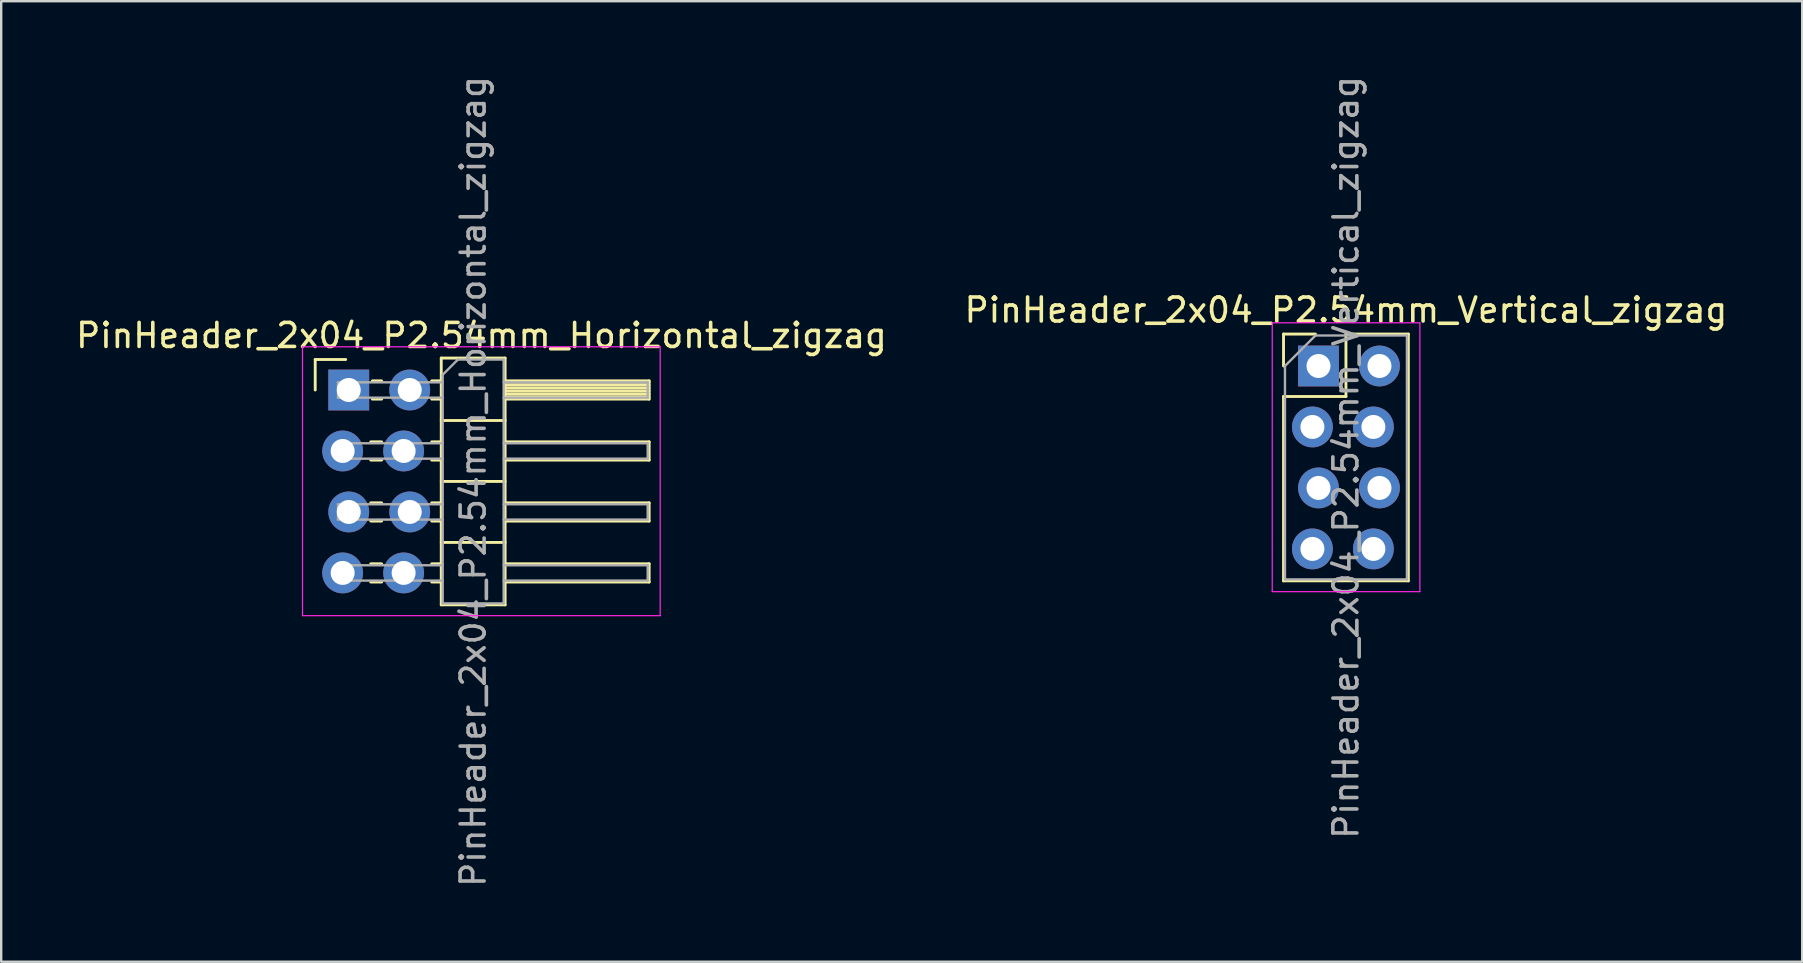
<source format=kicad_pcb>
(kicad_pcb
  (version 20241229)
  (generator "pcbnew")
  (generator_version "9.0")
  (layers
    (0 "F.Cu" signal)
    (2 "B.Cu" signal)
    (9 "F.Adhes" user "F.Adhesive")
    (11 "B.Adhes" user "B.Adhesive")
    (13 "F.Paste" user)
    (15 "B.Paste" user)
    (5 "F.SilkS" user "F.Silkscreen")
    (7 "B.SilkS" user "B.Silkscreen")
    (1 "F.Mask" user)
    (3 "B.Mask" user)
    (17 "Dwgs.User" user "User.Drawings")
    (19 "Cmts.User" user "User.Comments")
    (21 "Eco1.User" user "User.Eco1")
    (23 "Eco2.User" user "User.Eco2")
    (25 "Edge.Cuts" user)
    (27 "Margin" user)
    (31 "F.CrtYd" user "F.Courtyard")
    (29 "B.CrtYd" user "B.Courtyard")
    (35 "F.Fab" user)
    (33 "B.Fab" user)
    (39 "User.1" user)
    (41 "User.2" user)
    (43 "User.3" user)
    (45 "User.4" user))
  (footprint "PinHeader_2x04_P2.54mm_Vertical_zigzag"
    (layer "F.Cu")
    (at 51.748 12.196)
    (property "Reference" "PinHeader_2x04_P2.54mm_Vertical_zigzag" (at 1.27 -2.33 0) (layer "F.SilkS") (effects (font (size 1 1) (thickness 0.15))))
    (attr through_hole)
    (fp_line (start -1.33 -1.33) (end 0 -1.33) (stroke (width 0.12) (type solid)) (layer "F.SilkS"))
    (fp_line (start -1.33 0) (end -1.33 -1.33) (stroke (width 0.12) (type solid)) (layer "F.SilkS"))
    (fp_line (start -1.33 1.27) (end -1.33 8.95) (stroke (width 0.12) (type solid)) (layer "F.SilkS"))
    (fp_line (start -1.33 1.27) (end 1.27 1.27) (stroke (width 0.12) (type solid)) (layer "F.SilkS"))
    (fp_line (start -1.33 8.95) (end 3.87 8.95) (stroke (width 0.12) (type solid)) (layer "F.SilkS"))
    (fp_line (start 1.27 -1.33) (end 3.87 -1.33) (stroke (width 0.12) (type solid)) (layer "F.SilkS"))
    (fp_line (start 1.27 1.27) (end 1.27 -1.33) (stroke (width 0.12) (type solid)) (layer "F.SilkS"))
    (fp_line (start 3.87 -1.33) (end 3.87 8.95) (stroke (width 0.12) (type solid)) (layer "F.SilkS"))
    (fp_line (start -1.8 -1.8) (end -1.8 9.4) (stroke (width 0.05) (type solid)) (layer "F.CrtYd"))
    (fp_line (start -1.8 9.4) (end 4.35 9.4) (stroke (width 0.05) (type solid)) (layer "F.CrtYd"))
    (fp_line (start 4.35 -1.8) (end -1.8 -1.8) (stroke (width 0.05) (type solid)) (layer "F.CrtYd"))
    (fp_line (start 4.35 9.4) (end 4.35 -1.8) (stroke (width 0.05) (type solid)) (layer "F.CrtYd"))
    (fp_line (start -1.27 0) (end 0 -1.27) (stroke (width 0.1) (type solid)) (layer "F.Fab"))
    (fp_line (start -1.27 8.89) (end -1.27 0) (stroke (width 0.1) (type solid)) (layer "F.Fab"))
    (fp_line (start 0 -1.27) (end 3.81 -1.27) (stroke (width 0.1) (type solid)) (layer "F.Fab"))
    (fp_line (start 3.81 -1.27) (end 3.81 8.89) (stroke (width 0.1) (type solid)) (layer "F.Fab"))
    (fp_line (start 3.81 8.89) (end -1.27 8.89) (stroke (width 0.1) (type solid)) (layer "F.Fab"))
    (fp_text user "${REFERENCE}" (at 1.27 3.81 90) (layer "F.Fab") (effects (font (size 1 1) (thickness 0.15))))
    (pad "1" thru_hole rect (at 0.127 0) (size 1.7 1.7) (drill 1) (layers "*.Cu" "*.Mask"))
    (pad "2" thru_hole oval (at 2.667 0) (size 1.7 1.7) (drill 1) (layers "*.Cu" "*.Mask"))
    (pad "3" thru_hole oval (at -0.127 2.54) (size 1.7 1.7) (drill 1) (layers "*.Cu" "*.Mask"))
    (pad "4" thru_hole oval (at 2.413 2.54) (size 1.7 1.7) (drill 1) (layers "*.Cu" "*.Mask"))
    (pad "5" thru_hole oval (at 0.127 5.08) (size 1.7 1.7) (drill 1) (layers "*.Cu" "*.Mask"))
    (pad "6" thru_hole oval (at 2.667 5.08) (size 1.7 1.7) (drill 1) (layers "*.Cu" "*.Mask"))
    (pad "7" thru_hole oval (at -0.127 7.62) (size 1.7 1.7) (drill 1) (layers "*.Cu" "*.Mask"))
    (pad "8" thru_hole oval (at 2.413 7.62) (size 1.7 1.7) (drill 1) (layers "*.Cu" "*.Mask")))
  (footprint "PinHeader_2x04_P2.54mm_Horizontal_zigzag"
    (layer "F.Cu")
    (at 11.351 13.196)
    (property "Reference" "PinHeader_2x04_P2.54mm_Horizontal_zigzag" (at 5.655 -2.27 0) (layer "F.SilkS") (effects (font (size 1 1) (thickness 0.15))))
    (attr through_hole)
    (fp_line (start -1.27 -1.27) (end 0 -1.27) (stroke (width 0.12) (type solid)) (layer "F.SilkS"))
    (fp_line (start -1.27 0) (end -1.27 -1.27) (stroke (width 0.12) (type solid)) (layer "F.SilkS"))
    (fp_line (start 1.043 2.16) (end 1.497 2.16) (stroke (width 0.12) (type solid)) (layer "F.SilkS"))
    (fp_line (start 1.043 2.92) (end 1.497 2.92) (stroke (width 0.12) (type solid)) (layer "F.SilkS"))
    (fp_line (start 1.043 4.7) (end 1.497 4.7) (stroke (width 0.12) (type solid)) (layer "F.SilkS"))
    (fp_line (start 1.043 5.46) (end 1.497 5.46) (stroke (width 0.12) (type solid)) (layer "F.SilkS"))
    (fp_line (start 1.043 7.24) (end 1.497 7.24) (stroke (width 0.12) (type solid)) (layer "F.SilkS"))
    (fp_line (start 1.043 8) (end 1.497 8) (stroke (width 0.12) (type solid)) (layer "F.SilkS"))
    (fp_line (start 1.11 -0.38) (end 1.497 -0.38) (stroke (width 0.12) (type solid)) (layer "F.SilkS"))
    (fp_line (start 1.11 0.38) (end 1.497 0.38) (stroke (width 0.12) (type solid)) (layer "F.SilkS"))
    (fp_line (start 3.583 -0.38) (end 3.98 -0.38) (stroke (width 0.12) (type solid)) (layer "F.SilkS"))
    (fp_line (start 3.583 0.38) (end 3.98 0.38) (stroke (width 0.12) (type solid)) (layer "F.SilkS"))
    (fp_line (start 3.583 2.16) (end 3.98 2.16) (stroke (width 0.12) (type solid)) (layer "F.SilkS"))
    (fp_line (start 3.583 2.92) (end 3.98 2.92) (stroke (width 0.12) (type solid)) (layer "F.SilkS"))
    (fp_line (start 3.583 4.7) (end 3.98 4.7) (stroke (width 0.12) (type solid)) (layer "F.SilkS"))
    (fp_line (start 3.583 5.46) (end 3.98 5.46) (stroke (width 0.12) (type solid)) (layer "F.SilkS"))
    (fp_line (start 3.583 7.24) (end 3.98 7.24) (stroke (width 0.12) (type solid)) (layer "F.SilkS"))
    (fp_line (start 3.583 8) (end 3.98 8) (stroke (width 0.12) (type solid)) (layer "F.SilkS"))
    (fp_line (start 3.98 -1.33) (end 3.98 8.95) (stroke (width 0.12) (type solid)) (layer "F.SilkS"))
    (fp_line (start 3.98 1.27) (end 6.64 1.27) (stroke (width 0.12) (type solid)) (layer "F.SilkS"))
    (fp_line (start 3.98 3.81) (end 6.64 3.81) (stroke (width 0.12) (type solid)) (layer "F.SilkS"))
    (fp_line (start 3.98 6.35) (end 6.64 6.35) (stroke (width 0.12) (type solid)) (layer "F.SilkS"))
    (fp_line (start 3.98 8.95) (end 6.64 8.95) (stroke (width 0.12) (type solid)) (layer "F.SilkS"))
    (fp_line (start 6.64 -1.33) (end 3.98 -1.33) (stroke (width 0.12) (type solid)) (layer "F.SilkS"))
    (fp_line (start 6.64 -0.38) (end 12.64 -0.38) (stroke (width 0.12) (type solid)) (layer "F.SilkS"))
    (fp_line (start 6.64 -0.32) (end 12.64 -0.32) (stroke (width 0.12) (type solid)) (layer "F.SilkS"))
    (fp_line (start 6.64 -0.2) (end 12.64 -0.2) (stroke (width 0.12) (type solid)) (layer "F.SilkS"))
    (fp_line (start 6.64 -0.08) (end 12.64 -0.08) (stroke (width 0.12) (type solid)) (layer "F.SilkS"))
    (fp_line (start 6.64 0.04) (end 12.64 0.04) (stroke (width 0.12) (type solid)) (layer "F.SilkS"))
    (fp_line (start 6.64 0.16) (end 12.64 0.16) (stroke (width 0.12) (type solid)) (layer "F.SilkS"))
    (fp_line (start 6.64 0.28) (end 12.64 0.28) (stroke (width 0.12) (type solid)) (layer "F.SilkS"))
    (fp_line (start 6.64 2.16) (end 12.64 2.16) (stroke (width 0.12) (type solid)) (layer "F.SilkS"))
    (fp_line (start 6.64 4.7) (end 12.64 4.7) (stroke (width 0.12) (type solid)) (layer "F.SilkS"))
    (fp_line (start 6.64 7.24) (end 12.64 7.24) (stroke (width 0.12) (type solid)) (layer "F.SilkS"))
    (fp_line (start 6.64 8.95) (end 6.64 -1.33) (stroke (width 0.12) (type solid)) (layer "F.SilkS"))
    (fp_line (start 12.64 -0.38) (end 12.64 0.38) (stroke (width 0.12) (type solid)) (layer "F.SilkS"))
    (fp_line (start 12.64 0.38) (end 6.64 0.38) (stroke (width 0.12) (type solid)) (layer "F.SilkS"))
    (fp_line (start 12.64 2.16) (end 12.64 2.92) (stroke (width 0.12) (type solid)) (layer "F.SilkS"))
    (fp_line (start 12.64 2.92) (end 6.64 2.92) (stroke (width 0.12) (type solid)) (layer "F.SilkS"))
    (fp_line (start 12.64 4.7) (end 12.64 5.46) (stroke (width 0.12) (type solid)) (layer "F.SilkS"))
    (fp_line (start 12.64 5.46) (end 6.64 5.46) (stroke (width 0.12) (type solid)) (layer "F.SilkS"))
    (fp_line (start 12.64 7.24) (end 12.64 8) (stroke (width 0.12) (type solid)) (layer "F.SilkS"))
    (fp_line (start 12.64 8) (end 6.64 8) (stroke (width 0.12) (type solid)) (layer "F.SilkS"))
    (fp_line (start -1.8 -1.8) (end -1.8 9.4) (stroke (width 0.05) (type solid)) (layer "F.CrtYd"))
    (fp_line (start -1.8 9.4) (end 13.1 9.4) (stroke (width 0.05) (type solid)) (layer "F.CrtYd"))
    (fp_line (start 13.1 -1.8) (end -1.8 -1.8) (stroke (width 0.05) (type solid)) (layer "F.CrtYd"))
    (fp_line (start 13.1 9.4) (end 13.1 -1.8) (stroke (width 0.05) (type solid)) (layer "F.CrtYd"))
    (fp_line (start -0.32 -0.32) (end -0.32 0.32) (stroke (width 0.1) (type solid)) (layer "F.Fab"))
    (fp_line (start -0.32 -0.32) (end 4.04 -0.32) (stroke (width 0.1) (type solid)) (layer "F.Fab"))
    (fp_line (start -0.32 0.32) (end 4.04 0.32) (stroke (width 0.1) (type solid)) (layer "F.Fab"))
    (fp_line (start -0.32 2.22) (end -0.32 2.86) (stroke (width 0.1) (type solid)) (layer "F.Fab"))
    (fp_line (start -0.32 2.22) (end 4.04 2.22) (stroke (width 0.1) (type solid)) (layer "F.Fab"))
    (fp_line (start -0.32 2.86) (end 4.04 2.86) (stroke (width 0.1) (type solid)) (layer "F.Fab"))
    (fp_line (start -0.32 4.76) (end -0.32 5.4) (stroke (width 0.1) (type solid)) (layer "F.Fab"))
    (fp_line (start -0.32 4.76) (end 4.04 4.76) (stroke (width 0.1) (type solid)) (layer "F.Fab"))
    (fp_line (start -0.32 5.4) (end 4.04 5.4) (stroke (width 0.1) (type solid)) (layer "F.Fab"))
    (fp_line (start -0.32 7.3) (end -0.32 7.94) (stroke (width 0.1) (type solid)) (layer "F.Fab"))
    (fp_line (start -0.32 7.3) (end 4.04 7.3) (stroke (width 0.1) (type solid)) (layer "F.Fab"))
    (fp_line (start -0.32 7.94) (end 4.04 7.94) (stroke (width 0.1) (type solid)) (layer "F.Fab"))
    (fp_line (start 4.04 -0.635) (end 4.675 -1.27) (stroke (width 0.1) (type solid)) (layer "F.Fab"))
    (fp_line (start 4.04 8.89) (end 4.04 -0.635) (stroke (width 0.1) (type solid)) (layer "F.Fab"))
    (fp_line (start 4.675 -1.27) (end 6.58 -1.27) (stroke (width 0.1) (type solid)) (layer "F.Fab"))
    (fp_line (start 6.58 -1.27) (end 6.58 8.89) (stroke (width 0.1) (type solid)) (layer "F.Fab"))
    (fp_line (start 6.58 -0.32) (end 12.58 -0.32) (stroke (width 0.1) (type solid)) (layer "F.Fab"))
    (fp_line (start 6.58 0.32) (end 12.58 0.32) (stroke (width 0.1) (type solid)) (layer "F.Fab"))
    (fp_line (start 6.58 2.22) (end 12.58 2.22) (stroke (width 0.1) (type solid)) (layer "F.Fab"))
    (fp_line (start 6.58 2.86) (end 12.58 2.86) (stroke (width 0.1) (type solid)) (layer "F.Fab"))
    (fp_line (start 6.58 4.76) (end 12.58 4.76) (stroke (width 0.1) (type solid)) (layer "F.Fab"))
    (fp_line (start 6.58 5.4) (end 12.58 5.4) (stroke (width 0.1) (type solid)) (layer "F.Fab"))
    (fp_line (start 6.58 7.3) (end 12.58 7.3) (stroke (width 0.1) (type solid)) (layer "F.Fab"))
    (fp_line (start 6.58 7.94) (end 12.58 7.94) (stroke (width 0.1) (type solid)) (layer "F.Fab"))
    (fp_line (start 6.58 8.89) (end 4.04 8.89) (stroke (width 0.1) (type solid)) (layer "F.Fab"))
    (fp_line (start 12.58 -0.32) (end 12.58 0.32) (stroke (width 0.1) (type solid)) (layer "F.Fab"))
    (fp_line (start 12.58 2.22) (end 12.58 2.86) (stroke (width 0.1) (type solid)) (layer "F.Fab"))
    (fp_line (start 12.58 4.76) (end 12.58 5.4) (stroke (width 0.1) (type solid)) (layer "F.Fab"))
    (fp_line (start 12.58 7.3) (end 12.58 7.94) (stroke (width 0.1) (type solid)) (layer "F.Fab"))
    (fp_text user "${REFERENCE}" (at 5.31 3.81 90) (layer "F.Fab") (effects (font (size 1 1) (thickness 0.15))))
    (pad "1" thru_hole rect (at 0.127 0) (size 1.7 1.7) (drill 1) (layers "*.Cu" "*.Mask"))
    (pad "2" thru_hole oval (at 2.667 0) (size 1.7 1.7) (drill 1) (layers "*.Cu" "*.Mask"))
    (pad "3" thru_hole oval (at -0.127 2.54) (size 1.7 1.7) (drill 1) (layers "*.Cu" "*.Mask"))
    (pad "4" thru_hole oval (at 2.413 2.54) (size 1.7 1.7) (drill 1) (layers "*.Cu" "*.Mask"))
    (pad "5" thru_hole oval (at 0.127 5.08) (size 1.7 1.7) (drill 1) (layers "*.Cu" "*.Mask"))
    (pad "6" thru_hole oval (at 2.667 5.08) (size 1.7 1.7) (drill 1) (layers "*.Cu" "*.Mask"))
    (pad "7" thru_hole oval (at -0.127 7.62) (size 1.7 1.7) (drill 1) (layers "*.Cu" "*.Mask"))
    (pad "8" thru_hole oval (at 2.413 7.62) (size 1.7 1.7) (drill 1) (layers "*.Cu" "*.Mask")))
  (gr_rect
    (start -3 -3)
    (end 72.024 37.012)
    (stroke (width 0.1) (type default))
    (fill no)
    (layer "Edge.Cuts")))
</source>
